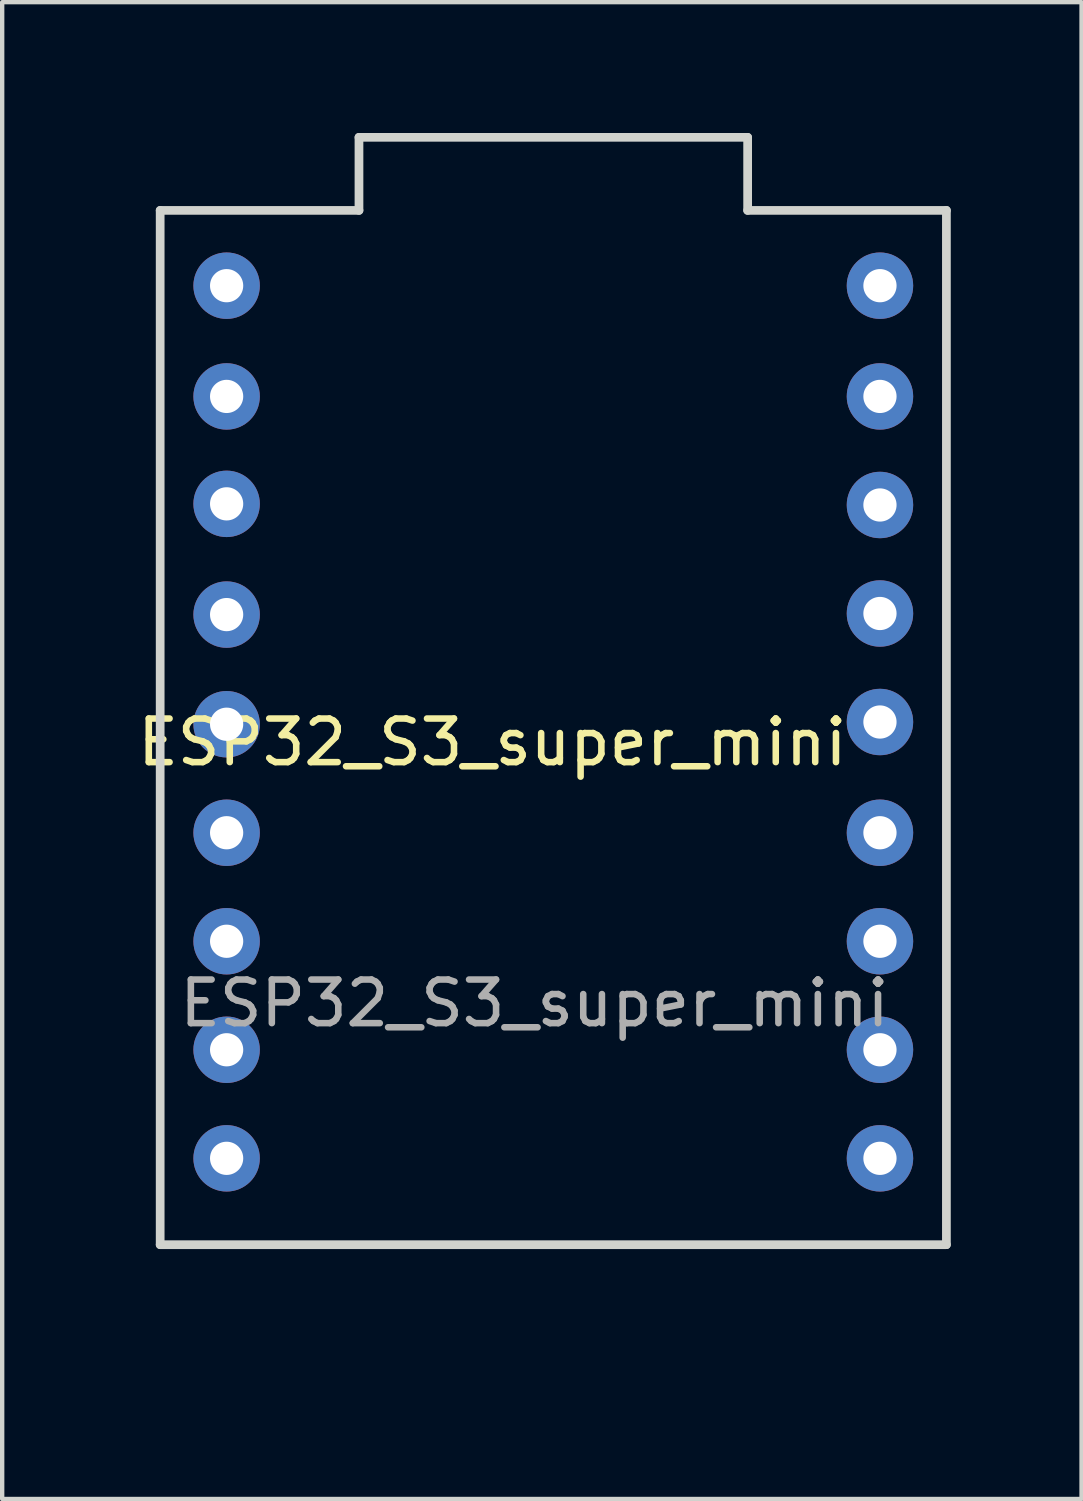
<source format=kicad_pcb>
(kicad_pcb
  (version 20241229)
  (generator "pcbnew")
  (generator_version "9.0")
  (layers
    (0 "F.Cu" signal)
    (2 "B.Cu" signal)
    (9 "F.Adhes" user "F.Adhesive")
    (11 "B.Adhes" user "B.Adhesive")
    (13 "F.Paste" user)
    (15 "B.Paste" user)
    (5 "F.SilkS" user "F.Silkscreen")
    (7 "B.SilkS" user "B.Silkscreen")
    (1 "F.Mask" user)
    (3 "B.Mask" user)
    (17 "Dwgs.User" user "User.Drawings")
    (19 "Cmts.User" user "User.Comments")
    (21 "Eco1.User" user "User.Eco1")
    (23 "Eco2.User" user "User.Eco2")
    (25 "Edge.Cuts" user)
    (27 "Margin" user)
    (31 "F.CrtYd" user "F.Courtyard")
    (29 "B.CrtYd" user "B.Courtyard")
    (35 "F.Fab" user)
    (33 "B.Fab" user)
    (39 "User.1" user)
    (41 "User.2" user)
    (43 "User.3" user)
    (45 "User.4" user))
  (footprint "ESP32_S3_super_mini"
    (layer "F.Cu")
    (at 9.565 13.511)
    (property "Reference" "ESP32_S3_super_mini" (at -1.321 0.465 0) (unlocked yes) (layer "F.SilkS") (effects (font (size 1 1) (thickness 0.15))))
    (attr through_hole)
    (fp_line (start -8.941 11.989) (end -8.941 -11.735) (stroke (width 0.2) (type default)) (layer "Edge.Cuts"))
    (fp_line (start -8.941 11.989) (end 9.093 11.989) (stroke (width 0.2) (type default)) (layer "Edge.Cuts"))
    (fp_line (start -4.381 -13.411) (end 4.534 -13.411) (stroke (width 0.2) (type default)) (layer "Edge.Cuts"))
    (fp_line (start -4.381 -11.735) (end -8.941 -11.735) (stroke (width 0.2) (type default)) (layer "Edge.Cuts"))
    (fp_line (start -4.381 -11.735) (end -4.381 -13.411) (stroke (width 0.2) (type default)) (layer "Edge.Cuts"))
    (fp_line (start 4.534 -13.411) (end 4.534 -11.735) (stroke (width 0.2) (type default)) (layer "Edge.Cuts"))
    (fp_line (start 9.093 -11.735) (end 4.534 -11.735) (stroke (width 0.2) (type default)) (layer "Edge.Cuts"))
    (fp_line (start 9.093 11.989) (end 9.093 -11.735) (stroke (width 0.2) (type default)) (layer "Edge.Cuts"))
    (fp_line (start -8.941 -11.735) (end -8.941 -9.576) (stroke (width 0.2) (type default)) (layer "User.1"))
    (fp_line (start -8.941 -9.576) (end -8.941 -7.074) (stroke (width 0.2) (type default)) (layer "User.1"))
    (fp_line (start -8.941 -7.074) (end -8.941 -4.572) (stroke (width 0.2) (type default)) (layer "User.1"))
    (fp_line (start -8.941 -4.572) (end -8.941 -2.07) (stroke (width 0.2) (type default)) (layer "User.1"))
    (fp_line (start -8.941 -2.07) (end -8.941 0.432) (stroke (width 0.2) (type default)) (layer "User.1"))
    (fp_line (start -8.941 0.432) (end -8.941 2.934) (stroke (width 0.2) (type default)) (layer "User.1"))
    (fp_line (start -8.941 2.121) (end -8.941 5.436) (stroke (width 0.2) (type default)) (layer "User.1"))
    (fp_line (start -8.941 4.623) (end -8.941 7.938) (stroke (width 0.2) (type default)) (layer "User.1"))
    (fp_line (start -8.941 7.125) (end -8.941 10.439) (stroke (width 0.2) (type default)) (layer "User.1"))
    (fp_line (start -7.442 -10.719) (end -8.941 -10.719) (stroke (width 0.2) (type default)) (layer "User.1"))
    (fp_line (start -7.442 -9.246) (end -8.941 -9.246) (stroke (width 0.2) (type default)) (layer "User.1"))
    (fp_line (start -7.442 -8.217) (end -8.941 -8.217) (stroke (width 0.2) (type default)) (layer "User.1"))
    (fp_line (start -7.442 -6.744) (end -8.941 -6.744) (stroke (width 0.2) (type default)) (layer "User.1"))
    (fp_line (start -7.442 -5.715) (end -8.941 -5.715) (stroke (width 0.2) (type default)) (layer "User.1"))
    (fp_line (start -7.442 -4.242) (end -8.941 -4.242) (stroke (width 0.2) (type default)) (layer "User.1"))
    (fp_line (start -7.442 -3.213) (end -8.941 -3.213) (stroke (width 0.2) (type default)) (layer "User.1"))
    (fp_line (start -7.442 -1.74) (end -8.941 -1.74) (stroke (width 0.2) (type default)) (layer "User.1"))
    (fp_line (start -7.442 -0.711) (end -8.941 -0.711) (stroke (width 0.2) (type default)) (layer "User.1"))
    (fp_line (start -7.442 0.762) (end -8.941 0.762) (stroke (width 0.2) (type default)) (layer "User.1"))
    (fp_line (start -7.442 1.791) (end -8.941 1.791) (stroke (width 0.2) (type default)) (layer "User.1"))
    (fp_line (start -7.442 3.264) (end -8.941 3.264) (stroke (width 0.2) (type default)) (layer "User.1"))
    (fp_line (start -7.442 4.293) (end -8.941 4.293) (stroke (width 0.2) (type default)) (layer "User.1"))
    (fp_line (start -7.442 5.766) (end -8.941 5.766) (stroke (width 0.2) (type default)) (layer "User.1"))
    (fp_line (start -7.442 6.795) (end -8.941 6.795) (stroke (width 0.2) (type default)) (layer "User.1"))
    (fp_line (start -7.442 8.268) (end -8.941 8.268) (stroke (width 0.2) (type default)) (layer "User.1"))
    (fp_line (start -7.442 9.296) (end -8.941 9.296) (stroke (width 0.2) (type default)) (layer "User.1"))
    (fp_line (start -7.442 10.77) (end -8.941 10.77) (stroke (width 0.2) (type default)) (layer "User.1"))
    (fp_line (start -5.867 -4.69) (end -2.896 -4.69) (stroke (width 0.2) (type default)) (layer "User.1"))
    (fp_line (start -5.867 -2.175) (end -5.867 -4.69) (stroke (width 0.2) (type default)) (layer "User.1"))
    (fp_line (start -5.486 9.525) (end -5.486 11.557) (stroke (width 0.2) (type default)) (layer "User.1"))
    (fp_line (start -5.486 11.557) (end 0.051 11.557) (stroke (width 0.2) (type default)) (layer "User.1"))
    (fp_line (start -4.863 3.01) (end 0.076 7.949) (stroke (width 0.2) (type default)) (layer "User.1"))
    (fp_line (start -2.896 -4.69) (end -2.896 -2.175) (stroke (width 0.2) (type default)) (layer "User.1"))
    (fp_line (start -2.896 -2.175) (end -5.867 -2.175) (stroke (width 0.2) (type default)) (layer "User.1"))
    (fp_line (start -2.794 -13.411) (end -2.794 -5.969) (stroke (width 0.2) (type default)) (layer "User.1"))
    (fp_line (start 0.051 9.525) (end -5.486 9.525) (stroke (width 0.2) (type default)) (layer "User.1"))
    (fp_line (start 0.051 11.557) (end 0.051 9.525) (stroke (width 0.2) (type default)) (layer "User.1"))
    (fp_line (start 0.076 -1.929) (end -4.863 3.01) (stroke (width 0.2) (type default)) (layer "User.1"))
    (fp_line (start 0.076 7.949) (end 5.015 3.01) (stroke (width 0.2) (type default)) (layer "User.1"))
    (fp_line (start 2.946 -5.969) (end 2.946 -13.411) (stroke (width 0.2) (type default)) (layer "User.1"))
    (fp_line (start 3.048 -4.69) (end 3.048 -2.175) (stroke (width 0.2) (type default)) (layer "User.1"))
    (fp_line (start 3.048 -2.175) (end 6.02 -2.175) (stroke (width 0.2) (type default)) (layer "User.1"))
    (fp_line (start 4.534 -5.969) (end -4.381 -5.969) (stroke (width 0.2) (type default)) (layer "User.1"))
    (fp_line (start 5.015 3.01) (end 0.076 -1.929) (stroke (width 0.2) (type default)) (layer "User.1"))
    (fp_line (start 6.02 -4.69) (end 3.048 -4.69) (stroke (width 0.2) (type default)) (layer "User.1"))
    (fp_line (start 6.02 -2.175) (end 6.02 -4.69) (stroke (width 0.2) (type default)) (layer "User.1"))
    (fp_line (start 7.595 -10.719) (end 9.093 -10.719) (stroke (width 0.2) (type default)) (layer "User.1"))
    (fp_line (start 7.595 -9.246) (end 9.093 -9.246) (stroke (width 0.2) (type default)) (layer "User.1"))
    (fp_line (start 7.595 -8.217) (end 9.093 -8.217) (stroke (width 0.2) (type default)) (layer "User.1"))
    (fp_line (start 7.595 -6.744) (end 9.093 -6.744) (stroke (width 0.2) (type default)) (layer "User.1"))
    (fp_line (start 7.595 -5.715) (end 9.093 -5.715) (stroke (width 0.2) (type default)) (layer "User.1"))
    (fp_line (start 7.595 -4.242) (end 9.093 -4.242) (stroke (width 0.2) (type default)) (layer "User.1"))
    (fp_line (start 7.595 -3.213) (end 9.093 -3.213) (stroke (width 0.2) (type default)) (layer "User.1"))
    (fp_line (start 7.595 -1.74) (end 9.093 -1.74) (stroke (width 0.2) (type default)) (layer "User.1"))
    (fp_line (start 7.595 -0.711) (end 9.093 -0.711) (stroke (width 0.2) (type default)) (layer "User.1"))
    (fp_line (start 7.595 0.762) (end 9.093 0.762) (stroke (width 0.2) (type default)) (layer "User.1"))
    (fp_line (start 7.595 1.791) (end 9.093 1.791) (stroke (width 0.2) (type default)) (layer "User.1"))
    (fp_line (start 7.595 3.264) (end 9.093 3.264) (stroke (width 0.2) (type default)) (layer "User.1"))
    (fp_line (start 7.595 4.293) (end 9.093 4.293) (stroke (width 0.2) (type default)) (layer "User.1"))
    (fp_line (start 7.595 5.766) (end 9.093 5.766) (stroke (width 0.2) (type default)) (layer "User.1"))
    (fp_line (start 7.595 6.795) (end 9.093 6.795) (stroke (width 0.2) (type default)) (layer "User.1"))
    (fp_line (start 7.595 8.268) (end 9.093 8.268) (stroke (width 0.2) (type default)) (layer "User.1"))
    (fp_line (start 7.595 9.296) (end 9.093 9.296) (stroke (width 0.2) (type default)) (layer "User.1"))
    (fp_line (start 7.595 10.77) (end 9.093 10.77) (stroke (width 0.2) (type default)) (layer "User.1"))
    (fp_line (start 9.093 -9.576) (end 9.093 -11.735) (stroke (width 0.2) (type default)) (layer "User.1"))
    (fp_line (start 9.093 -7.074) (end 9.093 -10.389) (stroke (width 0.2) (type default)) (layer "User.1"))
    (fp_line (start 9.093 -4.572) (end 9.093 -7.887) (stroke (width 0.2) (type default)) (layer "User.1"))
    (fp_line (start 9.093 -2.07) (end 9.093 -5.385) (stroke (width 0.2) (type default)) (layer "User.1"))
    (fp_line (start 9.093 -0.381) (end 9.093 -2.883) (stroke (width 0.2) (type default)) (layer "User.1"))
    (fp_line (start 9.093 2.121) (end 9.093 -0.381) (stroke (width 0.2) (type default)) (layer "User.1"))
    (fp_line (start 9.093 4.293) (end 9.093 2.121) (stroke (width 0.2) (type default)) (layer "User.1"))
    (fp_line (start 9.093 7.125) (end 9.093 5.766) (stroke (width 0.2) (type default)) (layer "User.1"))
    (fp_line (start 9.093 9.627) (end 9.093 7.125) (stroke (width 0.2) (type default)) (layer "User.1"))
    (fp_arc (start -8.9408 -10.3886) (mid -8.5344 -9.982202) (end -8.9408 -9.575804) (stroke (width 0.2) (type default)) (layer "User.1"))
    (fp_arc (start -8.9408 -7.8867) (mid -8.5344 -7.480302) (end -8.9408 -7.073904) (stroke (width 0.2) (type default)) (layer "User.1"))
    (fp_arc (start -8.9408 -5.3848) (mid -8.5344 -4.978402) (end -8.9408 -4.572004) (stroke (width 0.2) (type default)) (layer "User.1"))
    (fp_arc (start -8.9408 -2.8829) (mid -8.5344 -2.476502) (end -8.9408 -2.070104) (stroke (width 0.2) (type default)) (layer "User.1"))
    (fp_arc (start -8.9408 -0.381) (mid -8.5344 0.025398) (end -8.9408 0.431796) (stroke (width 0.2) (type default)) (layer "User.1"))
    (fp_arc (start -8.9408 2.1209) (mid -8.5344 2.5273) (end -8.9408 2.9337) (stroke (width 0.2) (type default)) (layer "User.1"))
    (fp_arc (start -8.9408 4.6228) (mid -8.5344 5.0292) (end -8.9408 5.4356) (stroke (width 0.2) (type default)) (layer "User.1"))
    (fp_arc (start -8.9408 7.1247) (mid -8.5344 7.5311) (end -8.9408 7.9375) (stroke (width 0.2) (type default)) (layer "User.1"))
    (fp_arc (start -8.9408 9.6266) (mid -8.5344 10.033) (end -8.9408 10.4394) (stroke (width 0.2) (type default)) (layer "User.1"))
    (fp_arc (start -7.4422 -10.7188) (mid -6.7056 -9.9822) (end -7.4422 -9.2456) (stroke (width 0.2) (type default)) (layer "User.1"))
    (fp_arc (start -7.4422 -8.2169) (mid -6.7056 -7.4803) (end -7.4422 -6.7437) (stroke (width 0.2) (type default)) (layer "User.1"))
    (fp_arc (start -7.4422 -5.715) (mid -6.7056 -4.9784) (end -7.4422 -4.2418) (stroke (width 0.2) (type default)) (layer "User.1"))
    (fp_arc (start -7.4422 -3.2131) (mid -6.7056 -2.4765) (end -7.4422 -1.7399) (stroke (width 0.2) (type default)) (layer "User.1"))
    (fp_arc (start -7.4422 -0.7112) (mid -6.7056 0.0254) (end -7.4422 0.762) (stroke (width 0.2) (type default)) (layer "User.1"))
    (fp_arc (start -7.4422 1.7907) (mid -6.7056 2.5273) (end -7.4422 3.2639) (stroke (width 0.2) (type default)) (layer "User.1"))
    (fp_arc (start -7.4422 4.2926) (mid -6.7056 5.0292) (end -7.4422 5.7658) (stroke (width 0.2) (type default)) (layer "User.1"))
    (fp_arc (start -7.4422 6.7945) (mid -6.7056 7.5311) (end -7.4422 8.2677) (stroke (width 0.2) (type default)) (layer "User.1"))
    (fp_arc (start -7.4422 9.2964) (mid -6.7056 10.033) (end -7.4422 10.7696) (stroke (width 0.2) (type default)) (layer "User.1"))
    (fp_arc (start -3.7465 -3.432614) (mid -4.3815 -2.797614) (end -5.0165 -3.432614) (stroke (width 0.2) (type default)) (layer "User.1"))
    (fp_arc (start 5.1689 -3.432614) (mid 4.5339 -2.797614) (end 3.8989 -3.432614) (stroke (width 0.2) (type default)) (layer "User.1"))
    (fp_arc (start 7.5946 -9.2456) (mid 6.858 -9.9822) (end 7.5946 -10.7188) (stroke (width 0.2) (type default)) (layer "User.1"))
    (fp_arc (start 7.5946 -6.7437) (mid 6.858 -7.4803) (end 7.5946 -8.2169) (stroke (width 0.2) (type default)) (layer "User.1"))
    (fp_arc (start 7.5946 -4.2418) (mid 6.858 -4.9784) (end 7.5946 -5.715) (stroke (width 0.2) (type default)) (layer "User.1"))
    (fp_arc (start 7.5946 -1.7399) (mid 6.858 -2.4765) (end 7.5946 -3.2131) (stroke (width 0.2) (type default)) (layer "User.1"))
    (fp_arc (start 7.5946 0.762) (mid 6.858 0.0254) (end 7.5946 -0.7112) (stroke (width 0.2) (type default)) (layer "User.1"))
    (fp_arc (start 7.5946 3.2639) (mid 6.858 2.5273) (end 7.5946 1.7907) (stroke (width 0.2) (type default)) (layer "User.1"))
    (fp_arc (start 7.5946 5.7658) (mid 6.858 5.0292) (end 7.5946 4.2926) (stroke (width 0.2) (type default)) (layer "User.1"))
    (fp_arc (start 7.5946 8.2677) (mid 6.858 7.5311) (end 7.5946 6.7945) (stroke (width 0.2) (type default)) (layer "User.1"))
    (fp_arc (start 7.5946 10.7696) (mid 6.858 10.033) (end 7.5946 9.2964) (stroke (width 0.2) (type default)) (layer "User.1"))
    (fp_arc (start 9.0932 -9.5758) (mid 8.6868 -9.9822) (end 9.0932 -10.3886) (stroke (width 0.2) (type default)) (layer "User.1"))
    (fp_arc (start 9.0932 -7.0739) (mid 8.6868 -7.4803) (end 9.0932 -7.8867) (stroke (width 0.2) (type default)) (layer "User.1"))
    (fp_arc (start 9.0932 -4.572) (mid 8.6868 -4.9784) (end 9.0932 -5.3848) (stroke (width 0.2) (type default)) (layer "User.1"))
    (fp_arc (start 9.0932 -2.0701) (mid 8.6868 -2.4765) (end 9.0932 -2.8829) (stroke (width 0.2) (type default)) (layer "User.1"))
    (fp_arc (start 9.0932 0.4318) (mid 8.6868 0.0254) (end 9.0932 -0.380999) (stroke (width 0.2) (type default)) (layer "User.1"))
    (fp_arc (start 9.0932 2.9337) (mid 8.6868 2.5273) (end 9.0932 2.120901) (stroke (width 0.2) (type default)) (layer "User.1"))
    (fp_arc (start 9.0932 5.4356) (mid 8.6868 5.0292) (end 9.0932 4.6228) (stroke (width 0.2) (type default)) (layer "User.1"))
    (fp_arc (start 9.0932 7.9375) (mid 8.6868 7.5311) (end 9.0932 7.124701) (stroke (width 0.2) (type default)) (layer "User.1"))
    (fp_arc (start 9.0932 10.4394) (mid 8.6868 10.033) (end 9.0932 9.626601) (stroke (width 0.2) (type default)) (layer "User.1"))
    (fp_circle (center -7.442 -9.982) (end -7.036 -9.982) (stroke (width 0.2) (type default)) (fill no) (layer "User.1"))
    (fp_circle (center -7.442 -7.48) (end -7.036 -7.48) (stroke (width 0.2) (type default)) (fill no) (layer "User.1"))
    (fp_circle (center -7.442 -4.978) (end -7.036 -4.978) (stroke (width 0.2) (type default)) (fill no) (layer "User.1"))
    (fp_circle (center -7.442 -2.477) (end -7.036 -2.477) (stroke (width 0.2) (type default)) (fill no) (layer "User.1"))
    (fp_circle (center -7.442 0.025) (end -7.036 0.025) (stroke (width 0.2) (type default)) (fill no) (layer "User.1"))
    (fp_circle (center -7.442 2.527) (end -7.036 2.527) (stroke (width 0.2) (type default)) (fill no) (layer "User.1"))
    (fp_circle (center -7.442 5.029) (end -7.036 5.029) (stroke (width 0.2) (type default)) (fill no) (layer "User.1"))
    (fp_circle (center -7.442 7.531) (end -7.036 7.531) (stroke (width 0.2) (type default)) (fill no) (layer "User.1"))
    (fp_circle (center -7.442 10.033) (end -7.036 10.033) (stroke (width 0.2) (type default)) (fill no) (layer "User.1"))
    (fp_circle (center 7.595 -9.982) (end 8.001 -9.982) (stroke (width 0.2) (type default)) (fill no) (layer "User.1"))
    (fp_circle (center 7.595 -7.48) (end 8.001 -7.48) (stroke (width 0.2) (type default)) (fill no) (layer "User.1"))
    (fp_circle (center 7.595 -4.978) (end 8.001 -4.978) (stroke (width 0.2) (type default)) (fill no) (layer "User.1"))
    (fp_circle (center 7.595 -2.477) (end 8.001 -2.477) (stroke (width 0.2) (type default)) (fill no) (layer "User.1"))
    (fp_circle (center 7.595 0.025) (end 8.001 0.025) (stroke (width 0.2) (type default)) (fill no) (layer "User.1"))
    (fp_circle (center 7.595 2.527) (end 8.001 2.527) (stroke (width 0.2) (type default)) (fill no) (layer "User.1"))
    (fp_circle (center 7.595 5.029) (end 8.001 5.029) (stroke (width 0.2) (type default)) (fill no) (layer "User.1"))
    (fp_circle (center 7.595 7.531) (end 8.001 7.531) (stroke (width 0.2) (type default)) (fill no) (layer "User.1"))
    (fp_circle (center 7.595 10.033) (end 8.001 10.033) (stroke (width 0.2) (type default)) (fill no) (layer "User.1"))
    (fp_text user "${REFERENCE}" (at -0.356 6.452 0) (unlocked yes) (layer "F.Fab") (effects (font (size 1 1) (thickness 0.15))))
    (fp_text user "" (at -8.941 13.008 0) (unlocked yes) (layer "User.1") (effects (font (size 4.834 3.045) (thickness 0.604)) (justify left top)))
    (pad "1" thru_hole circle (at -7.417 -5.004) (size 1.524 1.524) (drill 0.762) (layers "*.Cu" "*.Mask"))
    (pad "2" thru_hole circle (at -7.417 -2.464) (size 1.524 1.524) (drill 0.762) (layers "*.Cu" "*.Mask"))
    (pad "3" thru_hole circle (at -7.417 0.051) (size 1.524 1.524) (drill 0.762) (layers "*.Cu" "*.Mask"))
    (pad "3V3" thru_hole circle (at 7.569 -4.978) (size 1.524 1.524) (drill 0.762) (layers "*.Cu" "*.Mask"))
    (pad "4" thru_hole circle (at -7.417 2.54) (size 1.524 1.524) (drill 0.762) (layers "*.Cu" "*.Mask"))
    (pad "5" thru_hole circle (at -7.417 5.029) (size 1.524 1.524) (drill 0.762) (layers "*.Cu" "*.Mask"))
    (pad "5V" thru_hole circle (at 7.569 -10.008) (size 1.524 1.524) (drill 0.762) (layers "*.Cu" "*.Mask"))
    (pad "6" thru_hole circle (at -7.417 7.518) (size 1.524 1.524) (drill 0.762) (layers "*.Cu" "*.Mask"))
    (pad "7" thru_hole circle (at -7.417 10.008) (size 1.524 1.524) (drill 0.762) (layers "*.Cu" "*.Mask"))
    (pad "8" thru_hole circle (at 7.569 10.008) (size 1.524 1.524) (drill 0.762) (layers "*.Cu" "*.Mask"))
    (pad "9" thru_hole circle (at 7.569 7.518) (size 1.524 1.524) (drill 0.762) (layers "*.Cu" "*.Mask"))
    (pad "10" thru_hole circle (at 7.569 5.029) (size 1.524 1.524) (drill 0.762) (layers "*.Cu" "*.Mask"))
    (pad "11" thru_hole circle (at 7.569 2.54) (size 1.524 1.524) (drill 0.762) (layers "*.Cu" "*.Mask"))
    (pad "12" thru_hole circle (at 7.569 0) (size 1.524 1.524) (drill 0.762) (layers "*.Cu" "*.Mask"))
    (pad "13" thru_hole circle (at 7.569 -2.489) (size 1.524 1.524) (drill 0.762) (layers "*.Cu" "*.Mask"))
    (pad "GND" thru_hole circle (at 7.569 -7.468) (size 1.524 1.524) (drill 0.762) (layers "*.Cu" "*.Mask"))
    (pad "RX" thru_hole circle (at -7.417 -7.468) (size 1.524 1.524) (drill 0.762) (layers "*.Cu" "*.Mask"))
    (pad "TX" thru_hole circle (at -7.417 -10.008) (size 1.524 1.524) (drill 0.762) (layers "*.Cu" "*.Mask")))
  (gr_rect
    (start -3 -3)
    (end 21.758 31.332)
    (stroke (width 0.1) (type default))
    (fill no)
    (layer "Edge.Cuts")))
</source>
